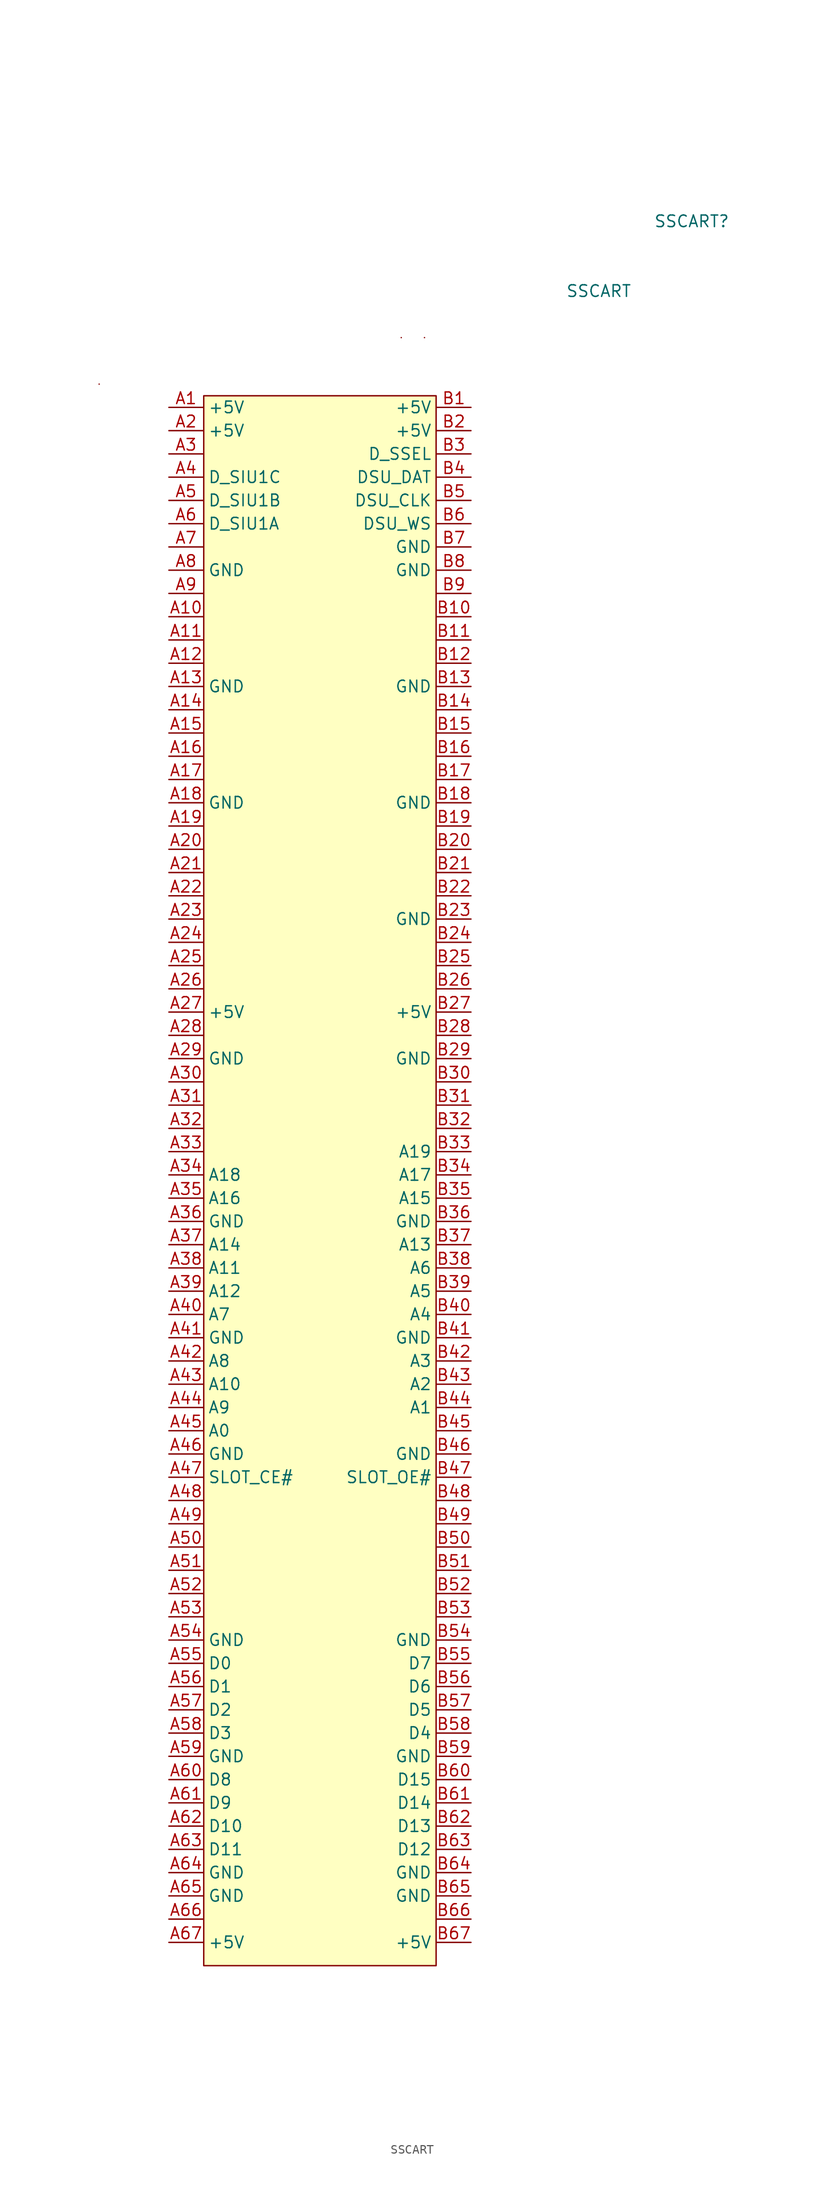
<source format=kicad_sym>
(kicad_symbol_lib
  (version 20220914)
  (generator kicad_symbol_editor)
  (symbol "SSCART"
    (property "Reference" "SSCART"
      (at -1.27 11.43 0)
      (effects (font (size 1.27 1.27))))
    (property "Value" "SSCART"
      (at -11.43 3.81 0)
      (effects (font (size 1.27 1.27))))
    (symbol "SSCART_0_0"
      (pin power_out line (at -58.42 -8.89 0) (length 3.75) (name "+5V" (effects (font (size 1.27 1.27)))) (number "A1" (effects (font (size 1.27 1.27)))))
      (pin unspecified line (at -58.42 -31.75 0) (length 3.75) (name "" (effects (font (size 1.27 1.27)))) (number "A10" (effects (font (size 1.27 1.27)))))
      (pin unspecified line (at -58.42 -34.29 0) (length 3.75) (name "" (effects (font (size 1.27 1.27)))) (number "A11" (effects (font (size 1.27 1.27)))))
      (pin unspecified line (at -58.42 -36.83 0) (length 3.75) (name "" (effects (font (size 1.27 1.27)))) (number "A12" (effects (font (size 1.27 1.27)))))
      (pin unspecified line (at -58.42 -39.37 0) (length 3.75) (name "GND" (effects (font (size 1.27 1.27)))) (number "A13" (effects (font (size 1.27 1.27)))))
      (pin unspecified line (at -58.42 -41.91 0) (length 3.75) (name "" (effects (font (size 1.27 1.27)))) (number "A14" (effects (font (size 1.27 1.27)))))
      (pin unspecified line (at -58.42 -44.45 0) (length 3.75) (name "" (effects (font (size 1.27 1.27)))) (number "A15" (effects (font (size 1.27 1.27)))))
      (pin unspecified line (at -58.42 -46.99 0) (length 3.75) (name "" (effects (font (size 1.27 1.27)))) (number "A16" (effects (font (size 1.27 1.27)))))
      (pin unspecified line (at -58.42 -49.53 0) (length 3.75) (name "" (effects (font (size 1.27 1.27)))) (number "A17" (effects (font (size 1.27 1.27)))))
      (pin unspecified line (at -58.42 -52.07 0) (length 3.75) (name "GND" (effects (font (size 1.27 1.27)))) (number "A18" (effects (font (size 1.27 1.27)))))
      (pin unspecified line (at -58.42 -54.61 0) (length 3.75) (name "" (effects (font (size 1.27 1.27)))) (number "A19" (effects (font (size 1.27 1.27)))))
      (pin power_out line (at -58.42 -11.43 0) (length 3.75) (name "+5V" (effects (font (size 1.27 1.27)))) (number "A2" (effects (font (size 1.27 1.27)))))
      (pin unspecified line (at -58.42 -57.15 0) (length 3.75) (name "" (effects (font (size 1.27 1.27)))) (number "A20" (effects (font (size 1.27 1.27)))))
      (pin unspecified line (at -58.42 -59.69 0) (length 3.75) (name "" (effects (font (size 1.27 1.27)))) (number "A21" (effects (font (size 1.27 1.27)))))
      (pin unspecified line (at -58.42 -62.23 0) (length 3.75) (name "" (effects (font (size 1.27 1.27)))) (number "A22" (effects (font (size 1.27 1.27)))))
      (pin unspecified line (at -58.42 -64.77 0) (length 3.75) (name "" (effects (font (size 1.27 1.27)))) (number "A23" (effects (font (size 1.27 1.27)))))
      (pin unspecified line (at -58.42 -67.31 0) (length 3.75) (name "" (effects (font (size 1.27 1.27)))) (number "A24" (effects (font (size 1.27 1.27)))))
      (pin unspecified line (at -58.42 -69.85 0) (length 3.75) (name "" (effects (font (size 1.27 1.27)))) (number "A25" (effects (font (size 1.27 1.27)))))
      (pin unspecified line (at -58.42 -72.39 0) (length 3.75) (name "" (effects (font (size 1.27 1.27)))) (number "A26" (effects (font (size 1.27 1.27)))))
      (pin power_out line (at -58.42 -74.93 0) (length 3.75) (name "+5V" (effects (font (size 1.27 1.27)))) (number "A27" (effects (font (size 1.27 1.27)))))
      (pin unspecified line (at -58.42 -77.47 0) (length 3.75) (name "" (effects (font (size 1.27 1.27)))) (number "A28" (effects (font (size 1.27 1.27)))))
      (pin unspecified line (at -58.42 -80.01 0) (length 3.75) (name "GND" (effects (font (size 1.27 1.27)))) (number "A29" (effects (font (size 1.27 1.27)))))
      (pin unspecified line (at -58.42 -13.97 0) (length 3.75) (name "" (effects (font (size 1.27 1.27)))) (number "A3" (effects (font (size 1.27 1.27)))))
      (pin unspecified line (at -58.42 -82.55 0) (length 3.75) (name "" (effects (font (size 1.27 1.27)))) (number "A30" (effects (font (size 1.27 1.27)))))
      (pin unspecified line (at -58.42 -85.09 0) (length 3.75) (name "" (effects (font (size 1.27 1.27)))) (number "A31" (effects (font (size 1.27 1.27)))))
      (pin unspecified line (at -58.42 -87.63 0) (length 3.75) (name "" (effects (font (size 1.27 1.27)))) (number "A32" (effects (font (size 1.27 1.27)))))
      (pin unspecified line (at -58.42 -90.17 0) (length 3.75) (name "" (effects (font (size 1.27 1.27)))) (number "A33" (effects (font (size 1.27 1.27)))))
      (pin unspecified line (at -58.42 -92.71 0) (length 3.75) (name "A18" (effects (font (size 1.27 1.27)))) (number "A34" (effects (font (size 1.27 1.27)))))
      (pin unspecified line (at -58.42 -95.25 0) (length 3.75) (name "A16" (effects (font (size 1.27 1.27)))) (number "A35" (effects (font (size 1.27 1.27)))))
      (pin unspecified line (at -58.42 -97.79 0) (length 3.75) (name "GND" (effects (font (size 1.27 1.27)))) (number "A36" (effects (font (size 1.27 1.27)))))
      (pin unspecified line (at -58.42 -100.33 0) (length 3.75) (name "A14" (effects (font (size 1.27 1.27)))) (number "A37" (effects (font (size 1.27 1.27)))))
      (pin unspecified line (at -58.42 -102.87 0) (length 3.75) (name "A11" (effects (font (size 1.27 1.27)))) (number "A38" (effects (font (size 1.27 1.27)))))
      (pin unspecified line (at -58.42 -105.41 0) (length 3.75) (name "A12" (effects (font (size 1.27 1.27)))) (number "A39" (effects (font (size 1.27 1.27)))))
      (pin unspecified line (at -58.42 -16.51 0) (length 3.75) (name "D_SIU1C" (effects (font (size 1.27 1.27)))) (number "A4" (effects (font (size 1.27 1.27)))))
      (pin unspecified line (at -58.42 -107.95 0) (length 3.75) (name "A7" (effects (font (size 1.27 1.27)))) (number "A40" (effects (font (size 1.27 1.27)))))
      (pin unspecified line (at -58.42 -110.49 0) (length 3.75) (name "GND" (effects (font (size 1.27 1.27)))) (number "A41" (effects (font (size 1.27 1.27)))))
      (pin unspecified line (at -58.42 -113.03 0) (length 3.75) (name "A8" (effects (font (size 1.27 1.27)))) (number "A42" (effects (font (size 1.27 1.27)))))
      (pin unspecified line (at -58.42 -115.57 0) (length 3.75) (name "A10" (effects (font (size 1.27 1.27)))) (number "A43" (effects (font (size 1.27 1.27)))))
      (pin unspecified line (at -58.42 -118.11 0) (length 3.75) (name "A9" (effects (font (size 1.27 1.27)))) (number "A44" (effects (font (size 1.27 1.27)))))
      (pin unspecified line (at -58.42 -120.65 0) (length 3.75) (name "A0" (effects (font (size 1.27 1.27)))) (number "A45" (effects (font (size 1.27 1.27)))))
      (pin unspecified line (at -58.42 -123.19 0) (length 3.75) (name "GND" (effects (font (size 1.27 1.27)))) (number "A46" (effects (font (size 1.27 1.27)))))
      (pin unspecified line (at -58.42 -125.73 0) (length 3.75) (name "SLOT_CE#" (effects (font (size 1.27 1.27)))) (number "A47" (effects (font (size 1.27 1.27)))))
      (pin unspecified line (at -58.42 -128.27 0) (length 3.75) (name "" (effects (font (size 1.27 1.27)))) (number "A48" (effects (font (size 1.27 1.27)))))
      (pin unspecified line (at -58.42 -130.81 0) (length 3.75) (name "" (effects (font (size 1.27 1.27)))) (number "A49" (effects (font (size 1.27 1.27)))))
      (pin unspecified line (at -58.42 -19.05 0) (length 3.75) (name "D_SIU1B" (effects (font (size 1.27 1.27)))) (number "A5" (effects (font (size 1.27 1.27)))))
      (pin unspecified line (at -58.42 -133.35 0) (length 3.75) (name "" (effects (font (size 1.27 1.27)))) (number "A50" (effects (font (size 1.27 1.27)))))
      (pin unspecified line (at -58.42 -135.89 0) (length 3.75) (name "" (effects (font (size 1.27 1.27)))) (number "A51" (effects (font (size 1.27 1.27)))))
      (pin unspecified line (at -58.42 -138.43 0) (length 3.75) (name "" (effects (font (size 1.27 1.27)))) (number "A52" (effects (font (size 1.27 1.27)))))
      (pin unspecified line (at -58.42 -140.97 0) (length 3.75) (name "" (effects (font (size 1.27 1.27)))) (number "A53" (effects (font (size 1.27 1.27)))))
      (pin unspecified line (at -58.42 -143.51 0) (length 3.75) (name "GND" (effects (font (size 1.27 1.27)))) (number "A54" (effects (font (size 1.27 1.27)))))
      (pin unspecified line (at -58.42 -146.05 0) (length 3.75) (name "D0" (effects (font (size 1.27 1.27)))) (number "A55" (effects (font (size 1.27 1.27)))))
      (pin unspecified line (at -58.42 -148.59 0) (length 3.75) (name "D1" (effects (font (size 1.27 1.27)))) (number "A56" (effects (font (size 1.27 1.27)))))
      (pin unspecified line (at -58.42 -151.13 0) (length 3.75) (name "D2" (effects (font (size 1.27 1.27)))) (number "A57" (effects (font (size 1.27 1.27)))))
      (pin unspecified line (at -58.42 -153.67 0) (length 3.75) (name "D3" (effects (font (size 1.27 1.27)))) (number "A58" (effects (font (size 1.27 1.27)))))
      (pin unspecified line (at -58.42 -156.21 0) (length 3.75) (name "GND" (effects (font (size 1.27 1.27)))) (number "A59" (effects (font (size 1.27 1.27)))))
      (pin unspecified line (at -58.42 -21.59 0) (length 3.75) (name "D_SIU1A" (effects (font (size 1.27 1.27)))) (number "A6" (effects (font (size 1.27 1.27)))))
      (pin unspecified line (at -58.42 -158.75 0) (length 3.75) (name "D8" (effects (font (size 1.27 1.27)))) (number "A60" (effects (font (size 1.27 1.27)))))
      (pin unspecified line (at -58.42 -161.29 0) (length 3.75) (name "D9" (effects (font (size 1.27 1.27)))) (number "A61" (effects (font (size 1.27 1.27)))))
      (pin unspecified line (at -58.42 -163.83 0) (length 3.75) (name "D10" (effects (font (size 1.27 1.27)))) (number "A62" (effects (font (size 1.27 1.27)))))
      (pin unspecified line (at -58.42 -166.37 0) (length 3.75) (name "D11" (effects (font (size 1.27 1.27)))) (number "A63" (effects (font (size 1.27 1.27)))))
      (pin unspecified line (at -58.42 -168.91 0) (length 3.75) (name "GND" (effects (font (size 1.27 1.27)))) (number "A64" (effects (font (size 1.27 1.27)))))
      (pin unspecified line (at -58.42 -171.45 0) (length 3.75) (name "GND" (effects (font (size 1.27 1.27)))) (number "A65" (effects (font (size 1.27 1.27)))))
      (pin unspecified line (at -58.42 -173.99 0) (length 3.75) (name "" (effects (font (size 1.27 1.27)))) (number "A66" (effects (font (size 1.27 1.27)))))
      (pin power_out line (at -58.42 -176.53 0) (length 3.75) (name "+5V" (effects (font (size 1.27 1.27)))) (number "A67" (effects (font (size 1.27 1.27)))))
      (pin unspecified line (at -58.42 -24.13 0) (length 3.75) (name "" (effects (font (size 1.27 1.27)))) (number "A7" (effects (font (size 1.27 1.27)))))
      (pin unspecified line (at -58.42 -26.67 0) (length 3.75) (name "GND" (effects (font (size 1.27 1.27)))) (number "A8" (effects (font (size 1.27 1.27)))))
      (pin unspecified line (at -58.42 -29.21 0) (length 3.75) (name "" (effects (font (size 1.27 1.27)))) (number "A9" (effects (font (size 1.27 1.27)))))
      (pin power_out line (at -25.4 -8.89 180) (length 3.75) (name "+5V" (effects (font (size 1.27 1.27)))) (number "B1" (effects (font (size 1.27 1.27)))))
      (pin unspecified line (at -25.4 -31.75 180) (length 3.75) (name "" (effects (font (size 1.27 1.27)))) (number "B10" (effects (font (size 1.27 1.27)))))
      (pin unspecified line (at -25.4 -34.29 180) (length 3.75) (name "" (effects (font (size 1.27 1.27)))) (number "B11" (effects (font (size 1.27 1.27)))))
      (pin unspecified line (at -25.4 -36.83 180) (length 3.75) (name "" (effects (font (size 1.27 1.27)))) (number "B12" (effects (font (size 1.27 1.27)))))
      (pin unspecified line (at -25.4 -39.37 180) (length 3.75) (name "GND" (effects (font (size 1.27 1.27)))) (number "B13" (effects (font (size 1.27 1.27)))))
      (pin unspecified line (at -25.4 -41.91 180) (length 3.75) (name "" (effects (font (size 1.27 1.27)))) (number "B14" (effects (font (size 1.27 1.27)))))
      (pin unspecified line (at -25.4 -44.45 180) (length 3.75) (name "" (effects (font (size 1.27 1.27)))) (number "B15" (effects (font (size 1.27 1.27)))))
      (pin unspecified line (at -25.4 -46.99 180) (length 3.75) (name "" (effects (font (size 1.27 1.27)))) (number "B16" (effects (font (size 1.27 1.27)))))
      (pin unspecified line (at -25.4 -49.53 180) (length 3.75) (name "" (effects (font (size 1.27 1.27)))) (number "B17" (effects (font (size 1.27 1.27)))))
      (pin unspecified line (at -25.4 -52.07 180) (length 3.75) (name "GND" (effects (font (size 1.27 1.27)))) (number "B18" (effects (font (size 1.27 1.27)))))
      (pin unspecified line (at -25.4 -54.61 180) (length 3.75) (name "" (effects (font (size 1.27 1.27)))) (number "B19" (effects (font (size 1.27 1.27)))))
      (pin power_out line (at -25.4 -11.43 180) (length 3.75) (name "+5V" (effects (font (size 1.27 1.27)))) (number "B2" (effects (font (size 1.27 1.27)))))
      (pin unspecified line (at -25.4 -57.15 180) (length 3.75) (name "" (effects (font (size 1.27 1.27)))) (number "B20" (effects (font (size 1.27 1.27)))))
      (pin unspecified line (at -25.4 -59.69 180) (length 3.75) (name "" (effects (font (size 1.27 1.27)))) (number "B21" (effects (font (size 1.27 1.27)))))
      (pin unspecified line (at -25.4 -62.23 180) (length 3.75) (name "" (effects (font (size 1.27 1.27)))) (number "B22" (effects (font (size 1.27 1.27)))))
      (pin unspecified line (at -25.4 -64.77 180) (length 3.75) (name "GND" (effects (font (size 1.27 1.27)))) (number "B23" (effects (font (size 1.27 1.27)))))
      (pin unspecified line (at -25.4 -67.31 180) (length 3.75) (name "" (effects (font (size 1.27 1.27)))) (number "B24" (effects (font (size 1.27 1.27)))))
      (pin unspecified line (at -25.4 -69.85 180) (length 3.75) (name "" (effects (font (size 1.27 1.27)))) (number "B25" (effects (font (size 1.27 1.27)))))
      (pin unspecified line (at -25.4 -72.39 180) (length 3.75) (name "" (effects (font (size 1.27 1.27)))) (number "B26" (effects (font (size 1.27 1.27)))))
      (pin power_out line (at -25.4 -74.93 180) (length 3.75) (name "+5V" (effects (font (size 1.27 1.27)))) (number "B27" (effects (font (size 1.27 1.27)))))
      (pin unspecified line (at -25.4 -77.47 180) (length 3.75) (name "" (effects (font (size 1.27 1.27)))) (number "B28" (effects (font (size 1.27 1.27)))))
      (pin unspecified line (at -25.4 -80.01 180) (length 3.75) (name "GND" (effects (font (size 1.27 1.27)))) (number "B29" (effects (font (size 1.27 1.27)))))
      (pin unspecified line (at -25.4 -13.97 180) (length 3.75) (name "D_SSEL" (effects (font (size 1.27 1.27)))) (number "B3" (effects (font (size 1.27 1.27)))))
      (pin unspecified line (at -25.4 -82.55 180) (length 3.75) (name "" (effects (font (size 1.27 1.27)))) (number "B30" (effects (font (size 1.27 1.27)))))
      (pin unspecified line (at -25.4 -85.09 180) (length 3.75) (name "" (effects (font (size 1.27 1.27)))) (number "B31" (effects (font (size 1.27 1.27)))))
      (pin unspecified line (at -25.4 -87.63 180) (length 3.75) (name "" (effects (font (size 1.27 1.27)))) (number "B32" (effects (font (size 1.27 1.27)))))
      (pin unspecified line (at -25.4 -90.17 180) (length 3.75) (name "A19" (effects (font (size 1.27 1.27)))) (number "B33" (effects (font (size 1.27 1.27)))))
      (pin unspecified line (at -25.4 -92.71 180) (length 3.75) (name "A17" (effects (font (size 1.27 1.27)))) (number "B34" (effects (font (size 1.27 1.27)))))
      (pin unspecified line (at -25.4 -95.25 180) (length 3.75) (name "A15" (effects (font (size 1.27 1.27)))) (number "B35" (effects (font (size 1.27 1.27)))))
      (pin unspecified line (at -25.4 -97.79 180) (length 3.75) (name "GND" (effects (font (size 1.27 1.27)))) (number "B36" (effects (font (size 1.27 1.27)))))
      (pin unspecified line (at -25.4 -100.33 180) (length 3.75) (name "A13" (effects (font (size 1.27 1.27)))) (number "B37" (effects (font (size 1.27 1.27)))))
      (pin unspecified line (at -25.4 -102.87 180) (length 3.75) (name "A6" (effects (font (size 1.27 1.27)))) (number "B38" (effects (font (size 1.27 1.27)))))
      (pin unspecified line (at -25.4 -105.41 180) (length 3.75) (name "A5" (effects (font (size 1.27 1.27)))) (number "B39" (effects (font (size 1.27 1.27)))))
      (pin unspecified line (at -25.4 -16.51 180) (length 3.75) (name "DSU_DAT" (effects (font (size 1.27 1.27)))) (number "B4" (effects (font (size 1.27 1.27)))))
      (pin unspecified line (at -25.4 -107.95 180) (length 3.75) (name "A4" (effects (font (size 1.27 1.27)))) (number "B40" (effects (font (size 1.27 1.27)))))
      (pin unspecified line (at -25.4 -110.49 180) (length 3.75) (name "GND" (effects (font (size 1.27 1.27)))) (number "B41" (effects (font (size 1.27 1.27)))))
      (pin unspecified line (at -25.4 -113.03 180) (length 3.75) (name "A3" (effects (font (size 1.27 1.27)))) (number "B42" (effects (font (size 1.27 1.27)))))
      (pin unspecified line (at -25.4 -115.57 180) (length 3.75) (name "A2" (effects (font (size 1.27 1.27)))) (number "B43" (effects (font (size 1.27 1.27)))))
      (pin unspecified line (at -25.4 -118.11 180) (length 3.75) (name "A1" (effects (font (size 1.27 1.27)))) (number "B44" (effects (font (size 1.27 1.27)))))
      (pin unspecified line (at -25.4 -120.65 180) (length 3.75) (name "" (effects (font (size 1.27 1.27)))) (number "B45" (effects (font (size 1.27 1.27)))))
      (pin unspecified line (at -25.4 -123.19 180) (length 3.75) (name "GND" (effects (font (size 1.27 1.27)))) (number "B46" (effects (font (size 1.27 1.27)))))
      (pin unspecified line (at -25.4 -125.73 180) (length 3.75) (name "SLOT_OE#" (effects (font (size 1.27 1.27)))) (number "B47" (effects (font (size 1.27 1.27)))))
      (pin unspecified line (at -25.4 -128.27 180) (length 3.75) (name "" (effects (font (size 1.27 1.27)))) (number "B48" (effects (font (size 1.27 1.27)))))
      (pin unspecified line (at -25.4 -130.81 180) (length 3.75) (name "" (effects (font (size 1.27 1.27)))) (number "B49" (effects (font (size 1.27 1.27)))))
      (pin unspecified line (at -25.4 -19.05 180) (length 3.75) (name "DSU_CLK" (effects (font (size 1.27 1.27)))) (number "B5" (effects (font (size 1.27 1.27)))))
      (pin unspecified line (at -25.4 -133.35 180) (length 3.75) (name "" (effects (font (size 1.27 1.27)))) (number "B50" (effects (font (size 1.27 1.27)))))
      (pin unspecified line (at -25.4 -135.89 180) (length 3.75) (name "" (effects (font (size 1.27 1.27)))) (number "B51" (effects (font (size 1.27 1.27)))))
      (pin unspecified line (at -25.4 -138.43 180) (length 3.75) (name "" (effects (font (size 1.27 1.27)))) (number "B52" (effects (font (size 1.27 1.27)))))
      (pin unspecified line (at -25.4 -140.97 180) (length 3.75) (name "" (effects (font (size 1.27 1.27)))) (number "B53" (effects (font (size 1.27 1.27)))))
      (pin unspecified line (at -25.4 -143.51 180) (length 3.75) (name "GND" (effects (font (size 1.27 1.27)))) (number "B54" (effects (font (size 1.27 1.27)))))
      (pin unspecified line (at -25.4 -146.05 180) (length 3.75) (name "D7" (effects (font (size 1.27 1.27)))) (number "B55" (effects (font (size 1.27 1.27)))))
      (pin unspecified line (at -25.4 -148.59 180) (length 3.75) (name "D6" (effects (font (size 1.27 1.27)))) (number "B56" (effects (font (size 1.27 1.27)))))
      (pin unspecified line (at -25.4 -151.13 180) (length 3.75) (name "D5" (effects (font (size 1.27 1.27)))) (number "B57" (effects (font (size 1.27 1.27)))))
      (pin unspecified line (at -25.4 -153.67 180) (length 3.75) (name "D4" (effects (font (size 1.27 1.27)))) (number "B58" (effects (font (size 1.27 1.27)))))
      (pin unspecified line (at -25.4 -156.21 180) (length 3.75) (name "GND" (effects (font (size 1.27 1.27)))) (number "B59" (effects (font (size 1.27 1.27)))))
      (pin unspecified line (at -25.4 -21.59 180) (length 3.75) (name "DSU_WS" (effects (font (size 1.27 1.27)))) (number "B6" (effects (font (size 1.27 1.27)))))
      (pin unspecified line (at -25.4 -158.75 180) (length 3.75) (name "D15" (effects (font (size 1.27 1.27)))) (number "B60" (effects (font (size 1.27 1.27)))))
      (pin unspecified line (at -25.4 -161.29 180) (length 3.75) (name "D14" (effects (font (size 1.27 1.27)))) (number "B61" (effects (font (size 1.27 1.27)))))
      (pin unspecified line (at -25.4 -163.83 180) (length 3.75) (name "D13" (effects (font (size 1.27 1.27)))) (number "B62" (effects (font (size 1.27 1.27)))))
      (pin unspecified line (at -25.4 -166.37 180) (length 3.75) (name "D12" (effects (font (size 1.27 1.27)))) (number "B63" (effects (font (size 1.27 1.27)))))
      (pin unspecified line (at -25.4 -168.91 180) (length 3.75) (name "GND" (effects (font (size 1.27 1.27)))) (number "B64" (effects (font (size 1.27 1.27)))))
      (pin unspecified line (at -25.4 -171.45 180) (length 3.75) (name "GND" (effects (font (size 1.27 1.27)))) (number "B65" (effects (font (size 1.27 1.27)))))
      (pin unspecified line (at -25.4 -173.99 180) (length 3.75) (name "" (effects (font (size 1.27 1.27)))) (number "B66" (effects (font (size 1.27 1.27)))))
      (pin power_out line (at -25.4 -176.53 180) (length 3.75) (name "+5V" (effects (font (size 1.27 1.27)))) (number "B67" (effects (font (size 1.27 1.27)))))
      (pin unspecified line (at -25.4 -24.13 180) (length 3.75) (name "GND" (effects (font (size 1.27 1.27)))) (number "B7" (effects (font (size 1.27 1.27)))))
      (pin unspecified line (at -25.4 -26.67 180) (length 3.75) (name "GND" (effects (font (size 1.27 1.27)))) (number "B8" (effects (font (size 1.27 1.27)))))
      (pin unspecified line (at -25.4 -29.21 180) (length 3.75) (name "" (effects (font (size 1.27 1.27)))) (number "B9" (effects (font (size 1.27 1.27))))))
    (symbol "SSCART_0_1"
      (rectangle (start -66.04 -6.35) (end -66.04 -6.35) (stroke (width 0) (type default)) (fill (type none)))
      (rectangle (start -54.61 -7.62) (end -29.21 -179.07) (stroke (width 0) (type default)) (fill (type background)))
      (rectangle (start -33.02 -1.27) (end -33.02 -1.27) (stroke (width 0) (type default)) (fill (type none)))
      (rectangle (start -30.48 -1.27) (end -30.48 -1.27) (stroke (width 0) (type default)) (fill (type none))))))
</source>
